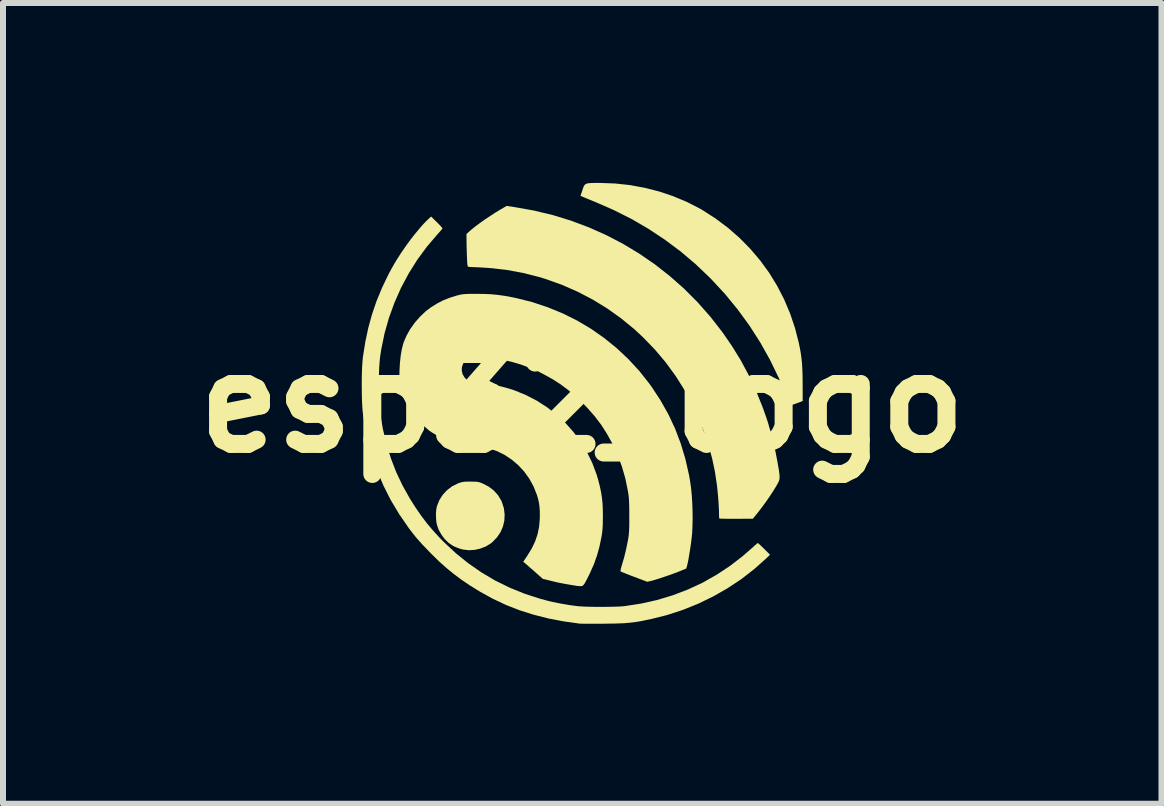
<source format=kicad_pcb>
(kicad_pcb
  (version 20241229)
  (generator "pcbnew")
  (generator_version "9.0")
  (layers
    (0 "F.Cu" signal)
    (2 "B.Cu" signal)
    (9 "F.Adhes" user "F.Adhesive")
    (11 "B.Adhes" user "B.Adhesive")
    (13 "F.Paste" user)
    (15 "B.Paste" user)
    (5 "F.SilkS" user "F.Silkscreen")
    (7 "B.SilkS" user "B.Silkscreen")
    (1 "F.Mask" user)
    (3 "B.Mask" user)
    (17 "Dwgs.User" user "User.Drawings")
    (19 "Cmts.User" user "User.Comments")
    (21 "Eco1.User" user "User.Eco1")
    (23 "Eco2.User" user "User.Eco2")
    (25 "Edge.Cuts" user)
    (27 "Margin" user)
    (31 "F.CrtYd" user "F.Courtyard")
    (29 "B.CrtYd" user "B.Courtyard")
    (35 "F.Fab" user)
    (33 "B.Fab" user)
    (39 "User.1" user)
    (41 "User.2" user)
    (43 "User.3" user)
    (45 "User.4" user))
  (footprint "esp32_logo"
    (layer "F.Cu")
    (at 6.657 3.673)
    (property "Reference" "esp32_logo" (at 0 0 0) (layer "F.SilkS") (effects (font (size 1.5 1.5) (thickness 0.3))))
    (attr board_only exclude_from_pos_files exclude_from_bom)
    (fp_poly (pts (xy -1.806 1.307) (xy -1.767 1.308) (xy -1.737 1.312) (xy -1.71 1.319) (xy -1.68 1.33) (xy -1.657 1.339) (xy -1.558 1.391) (xy -1.474 1.455) (xy -1.405 1.532) (xy -1.352 1.62) (xy -1.34 1.646) (xy -1.307 1.749) (xy -1.294 1.853) (xy -1.299 1.956) (xy -1.322 2.055) (xy -1.363 2.149) (xy -1.422 2.236) (xy -1.496 2.313) (xy -1.525 2.337) (xy -1.605 2.386) (xy -1.696 2.422) (xy -1.792 2.444) (xy -1.89 2.45) (xy -1.985 2.439) (xy -2.036 2.426) (xy -2.08 2.41) (xy -2.126 2.391) (xy -2.158 2.375) (xy -2.228 2.327) (xy -2.293 2.264) (xy -2.349 2.189) (xy -2.394 2.108) (xy -2.422 2.03) (xy -2.433 1.972) (xy -2.438 1.905) (xy -2.439 1.837) (xy -2.434 1.773) (xy -2.424 1.721) (xy -2.424 1.719) (xy -2.384 1.618) (xy -2.327 1.527) (xy -2.256 1.45) (xy -2.172 1.386) (xy -2.075 1.337) (xy -2.05 1.328) (xy -2.018 1.318) (xy -1.987 1.311) (xy -1.951 1.307) (xy -1.906 1.306) (xy -1.86 1.306)) (stroke (width 0) (type solid)) (fill yes) (layer "F.SilkS"))
    (fp_poly (pts (xy 0.303 -3.673) (xy 0.55 -3.664) (xy 0.797 -3.637) (xy 1.041 -3.592) (xy 1.281 -3.531) (xy 1.513 -3.453) (xy 1.737 -3.36) (xy 1.949 -3.252) (xy 1.997 -3.225) (xy 2.218 -3.083) (xy 2.427 -2.927) (xy 2.621 -2.758) (xy 2.801 -2.575) (xy 2.966 -2.381) (xy 3.116 -2.175) (xy 3.249 -1.958) (xy 3.366 -1.731) (xy 3.466 -1.494) (xy 3.548 -1.25) (xy 3.61 -1.008) (xy 3.629 -0.915) (xy 3.644 -0.829) (xy 3.655 -0.747) (xy 3.664 -0.663) (xy 3.669 -0.573) (xy 3.673 -0.473) (xy 3.674 -0.359) (xy 3.674 -0.321) (xy 3.675 -0.037) (xy 3.57 0.002) (xy 3.528 0.017) (xy 3.494 0.029) (xy 3.471 0.037) (xy 3.464 0.04) (xy 3.459 0.032) (xy 3.455 0.022) (xy 3.449 0.007) (xy 3.438 -0.024) (xy 3.422 -0.064) (xy 3.405 -0.11) (xy 3.405 -0.11) (xy 3.277 -0.421) (xy 3.131 -0.722) (xy 2.968 -1.013) (xy 2.788 -1.294) (xy 2.591 -1.564) (xy 2.378 -1.824) (xy 2.148 -2.072) (xy 2.125 -2.095) (xy 1.886 -2.323) (xy 1.636 -2.534) (xy 1.374 -2.729) (xy 1.101 -2.91) (xy 0.816 -3.075) (xy 0.517 -3.225) (xy 0.204 -3.361) (xy 0.165 -3.377) (xy 0.114 -3.398) (xy 0.067 -3.417) (xy 0.029 -3.433) (xy 0.004 -3.444) (xy -0.002 -3.446) (xy -0.029 -3.46) (xy 0.002 -3.55) (xy 0.014 -3.588) (xy 0.025 -3.616) (xy 0.038 -3.638) (xy 0.055 -3.653) (xy 0.078 -3.663) (xy 0.11 -3.669) (xy 0.154 -3.672) (xy 0.212 -3.673) (xy 0.287 -3.673)) (stroke (width 0) (type solid)) (fill yes) (layer "F.SilkS"))
    (fp_poly (pts (xy -1.127 -3.27) (xy -0.807 -3.213) (xy -0.493 -3.138) (xy -0.187 -3.044) (xy 0.111 -2.932) (xy 0.401 -2.803) (xy 0.681 -2.657) (xy 0.951 -2.494) (xy 1.212 -2.315) (xy 1.46 -2.12) (xy 1.698 -1.91) (xy 1.923 -1.684) (xy 2.135 -1.444) (xy 2.333 -1.19) (xy 2.492 -0.96) (xy 2.641 -0.719) (xy 2.774 -0.471) (xy 2.895 -0.213) (xy 3.004 0.058) (xy 3.032 0.135) (xy 3.051 0.189) (xy 3.069 0.24) (xy 3.083 0.283) (xy 3.093 0.314) (xy 3.095 0.32) (xy 3.104 0.35) (xy 3.116 0.393) (xy 3.13 0.439) (xy 3.135 0.455) (xy 3.166 0.567) (xy 3.197 0.694) (xy 3.226 0.83) (xy 3.253 0.97) (xy 3.275 1.095) (xy 3.284 1.157) (xy 3.289 1.203) (xy 3.29 1.238) (xy 3.287 1.266) (xy 3.281 1.291) (xy 3.275 1.305) (xy 3.254 1.346) (xy 3.223 1.4) (xy 3.184 1.463) (xy 3.138 1.533) (xy 3.088 1.607) (xy 3.035 1.681) (xy 2.982 1.752) (xy 2.931 1.818) (xy 2.917 1.836) (xy 2.844 1.925) (xy 2.567 1.926) (xy 2.495 1.926) (xy 2.429 1.926) (xy 2.373 1.925) (xy 2.328 1.924) (xy 2.298 1.923) (xy 2.285 1.922) (xy 2.285 1.922) (xy 2.283 1.91) (xy 2.281 1.884) (xy 2.28 1.848) (xy 2.28 1.841) (xy 2.279 1.782) (xy 2.275 1.708) (xy 2.27 1.625) (xy 2.263 1.539) (xy 2.255 1.454) (xy 2.247 1.377) (xy 2.244 1.355) (xy 2.211 1.136) (xy 2.166 0.923) (xy 2.108 0.71) (xy 2.064 0.57) (xy 1.963 0.299) (xy 1.844 0.038) (xy 1.709 -0.214) (xy 1.557 -0.455) (xy 1.389 -0.685) (xy 1.205 -0.902) (xy 1.006 -1.107) (xy 0.87 -1.233) (xy 0.647 -1.416) (xy 0.414 -1.582) (xy 0.172 -1.73) (xy -0.08 -1.861) (xy -0.342 -1.976) (xy -0.615 -2.073) (xy -0.72 -2.105) (xy -0.989 -2.173) (xy -1.265 -2.224) (xy -1.548 -2.255) (xy -1.72 -2.266) (xy -1.775 -2.268) (xy -1.824 -2.27) (xy -1.863 -2.272) (xy -1.889 -2.274) (xy -1.895 -2.275) (xy -1.903 -2.277) (xy -1.909 -2.284) (xy -1.913 -2.298) (xy -1.916 -2.324) (xy -1.919 -2.364) (xy -1.921 -2.411) (xy -1.924 -2.477) (xy -1.926 -2.553) (xy -1.928 -2.629) (xy -1.929 -2.683) (xy -1.93 -2.821) (xy -1.893 -2.856) (xy -1.841 -2.901) (xy -1.776 -2.953) (xy -1.7 -3.009) (xy -1.618 -3.067) (xy -1.531 -3.125) (xy -1.445 -3.181) (xy -1.362 -3.231) (xy -1.355 -3.235) (xy -1.26 -3.29)) (stroke (width 0) (type solid)) (fill yes) (layer "F.SilkS"))
    (fp_poly (pts (xy -2.424 -3.019) (xy -2.389 -2.984) (xy -2.36 -2.953) (xy -2.34 -2.93) (xy -2.33 -2.917) (xy -2.33 -2.916) (xy -2.336 -2.906) (xy -2.354 -2.884) (xy -2.38 -2.854) (xy -2.412 -2.818) (xy -2.417 -2.813) (xy -2.592 -2.608) (xy -2.751 -2.391) (xy -2.894 -2.163) (xy -3.021 -1.925) (xy -3.13 -1.679) (xy -3.222 -1.426) (xy -3.296 -1.166) (xy -3.35 -0.903) (xy -3.37 -0.774) (xy -3.378 -0.693) (xy -3.385 -0.598) (xy -3.389 -0.492) (xy -3.392 -0.38) (xy -3.392 -0.266) (xy -3.391 -0.153) (xy -3.387 -0.046) (xy -3.381 0.051) (xy -3.374 0.133) (xy -3.37 0.16) (xy -3.325 0.423) (xy -3.266 0.674) (xy -3.192 0.914) (xy -3.103 1.145) (xy -2.997 1.369) (xy -2.874 1.589) (xy -2.783 1.733) (xy -2.685 1.875) (xy -2.586 2.006) (xy -2.479 2.132) (xy -2.362 2.259) (xy -2.31 2.311) (xy -2.11 2.498) (xy -1.899 2.668) (xy -1.679 2.821) (xy -1.449 2.957) (xy -1.208 3.075) (xy -0.957 3.177) (xy -0.695 3.261) (xy -0.572 3.294) (xy -0.492 3.313) (xy -0.399 3.332) (xy -0.3 3.35) (xy -0.202 3.366) (xy -0.112 3.378) (xy -0.085 3.382) (xy -0.033 3.386) (xy 0.035 3.39) (xy 0.115 3.392) (xy 0.202 3.394) (xy 0.294 3.394) (xy 0.387 3.394) (xy 0.476 3.393) (xy 0.559 3.391) (xy 0.63 3.388) (xy 0.687 3.384) (xy 0.705 3.382) (xy 0.979 3.34) (xy 1.247 3.28) (xy 1.507 3.202) (xy 1.757 3.107) (xy 1.999 2.995) (xy 2.026 2.98) (xy 2.248 2.854) (xy 2.464 2.711) (xy 2.67 2.552) (xy 2.833 2.411) (xy 2.867 2.379) (xy 2.897 2.354) (xy 2.918 2.336) (xy 2.928 2.33) (xy 2.937 2.337) (xy 2.958 2.355) (xy 2.987 2.383) (xy 3.022 2.417) (xy 3.033 2.428) (xy 3.13 2.525) (xy 3.073 2.581) (xy 2.869 2.763) (xy 2.653 2.931) (xy 2.424 3.083) (xy 2.184 3.22) (xy 1.935 3.341) (xy 1.677 3.445) (xy 1.413 3.531) (xy 1.142 3.599) (xy 1.14 3.599) (xy 1.052 3.617) (xy 0.974 3.633) (xy 0.903 3.645) (xy 0.835 3.654) (xy 0.767 3.661) (xy 0.695 3.667) (xy 0.616 3.67) (xy 0.526 3.673) (xy 0.422 3.674) (xy 0.355 3.675) (xy 0.271 3.676) (xy 0.191 3.676) (xy 0.119 3.676) (xy 0.058 3.676) (xy 0.009 3.675) (xy -0.025 3.674) (xy -0.04 3.674) (xy -0.311 3.636) (xy -0.567 3.587) (xy -0.811 3.525) (xy -1.045 3.451) (xy -1.27 3.363) (xy -1.489 3.26) (xy -1.703 3.142) (xy -1.879 3.033) (xy -2.016 2.94) (xy -2.142 2.846) (xy -2.262 2.748) (xy -2.381 2.642) (xy -2.503 2.523) (xy -2.523 2.503) (xy -2.6 2.423) (xy -2.667 2.353) (xy -2.724 2.29) (xy -2.777 2.229) (xy -2.826 2.167) (xy -2.877 2.101) (xy -2.897 2.074) (xy -3.053 1.847) (xy -3.192 1.615) (xy -3.313 1.376) (xy -3.417 1.13) (xy -3.504 0.875) (xy -3.576 0.61) (xy -3.631 0.333) (xy -3.657 0.165) (xy -3.664 0.102) (xy -3.669 0.022) (xy -3.673 -0.069) (xy -3.675 -0.17) (xy -3.676 -0.275) (xy -3.676 -0.381) (xy -3.674 -0.484) (xy -3.671 -0.581) (xy -3.666 -0.668) (xy -3.66 -0.74) (xy -3.657 -0.77) (xy -3.617 -1.021) (xy -3.567 -1.258) (xy -3.504 -1.485) (xy -3.429 -1.705) (xy -3.339 -1.922) (xy -3.273 -2.062) (xy -3.224 -2.161) (xy -3.178 -2.247) (xy -3.133 -2.326) (xy -3.085 -2.406) (xy -3.03 -2.491) (xy -3.008 -2.524) (xy -2.941 -2.621) (xy -2.871 -2.717) (xy -2.799 -2.81) (xy -2.728 -2.896) (xy -2.661 -2.974) (xy -2.599 -3.039) (xy -2.552 -3.084) (xy -2.519 -3.113)) (stroke (width 0) (type solid)) (fill yes) (layer "F.SilkS"))
    (fp_poly (pts (xy -1.75 -1.824) (xy -1.624 -1.822) (xy -1.511 -1.817) (xy -1.404 -1.806) (xy -1.296 -1.791) (xy -1.18 -1.77) (xy -1.102 -1.754) (xy -0.835 -1.687) (xy -0.577 -1.601) (xy -0.327 -1.499) (xy -0.086 -1.379) (xy 0.144 -1.243) (xy 0.363 -1.09) (xy 0.571 -0.922) (xy 0.766 -0.739) (xy 0.949 -0.541) (xy 1.117 -0.329) (xy 1.156 -0.275) (xy 1.304 -0.05) (xy 1.434 0.181) (xy 1.547 0.421) (xy 1.641 0.669) (xy 1.719 0.927) (xy 1.78 1.196) (xy 1.799 1.305) (xy 1.814 1.412) (xy 1.826 1.534) (xy 1.834 1.665) (xy 1.839 1.801) (xy 1.84 1.936) (xy 1.837 2.064) (xy 1.831 2.182) (xy 1.829 2.195) (xy 1.824 2.248) (xy 1.816 2.311) (xy 1.806 2.382) (xy 1.795 2.455) (xy 1.783 2.527) (xy 1.772 2.594) (xy 1.761 2.651) (xy 1.751 2.694) (xy 1.747 2.71) (xy 1.734 2.755) (xy 1.63 2.798) (xy 1.575 2.82) (xy 1.51 2.844) (xy 1.439 2.869) (xy 1.366 2.894) (xy 1.295 2.918) (xy 1.231 2.938) (xy 1.178 2.954) (xy 1.145 2.962) (xy 1.084 2.976) (xy 0.866 2.894) (xy 0.803 2.87) (xy 0.747 2.848) (xy 0.7 2.829) (xy 0.664 2.815) (xy 0.643 2.805) (xy 0.639 2.803) (xy 0.638 2.79) (xy 0.643 2.762) (xy 0.653 2.723) (xy 0.66 2.699) (xy 0.696 2.579) (xy 0.729 2.444) (xy 0.759 2.299) (xy 0.763 2.275) (xy 0.77 2.236) (xy 0.775 2.199) (xy 0.778 2.161) (xy 0.781 2.119) (xy 0.783 2.068) (xy 0.784 2.007) (xy 0.784 1.931) (xy 0.784 1.875) (xy 0.784 1.787) (xy 0.783 1.716) (xy 0.781 1.658) (xy 0.779 1.609) (xy 0.776 1.567) (xy 0.771 1.527) (xy 0.765 1.486) (xy 0.761 1.465) (xy 0.718 1.252) (xy 0.66 1.052) (xy 0.589 0.859) (xy 0.51 0.687) (xy 0.417 0.518) (xy 0.318 0.362) (xy 0.207 0.216) (xy 0.082 0.074) (xy 0.011 -0.000261) (xy -0.114 -0.119) (xy -0.236 -0.222) (xy -0.36 -0.315) (xy -0.49 -0.399) (xy -0.633 -0.478) (xy -0.666 -0.496) (xy -0.714 -0.52) (xy -0.755 -0.54) (xy -0.794 -0.557) (xy -0.834 -0.575) (xy -0.882 -0.593) (xy -0.941 -0.615) (xy -0.985 -0.632) (xy -1.067 -0.659) (xy -1.161 -0.686) (xy -1.263 -0.711) (xy -1.368 -0.733) (xy -1.472 -0.752) (xy -1.57 -0.767) (xy -1.658 -0.776) (xy -1.733 -0.78) (xy -1.735 -0.78) (xy -1.803 -0.777) (xy -1.856 -0.768) (xy -1.898 -0.751) (xy -1.935 -0.725) (xy -1.946 -0.714) (xy -1.985 -0.663) (xy -2.006 -0.605) (xy -2.009 -0.545) (xy -1.995 -0.485) (xy -1.963 -0.431) (xy -1.954 -0.42) (xy -1.93 -0.396) (xy -1.905 -0.378) (xy -1.875 -0.364) (xy -1.837 -0.353) (xy -1.788 -0.345) (xy -1.722 -0.337) (xy -1.703 -0.335) (xy -1.58 -0.321) (xy -1.471 -0.304) (xy -1.371 -0.285) (xy -1.275 -0.26) (xy -1.177 -0.231) (xy -1.127 -0.214) (xy -0.937 -0.136) (xy -0.756 -0.042) (xy -0.585 0.068) (xy -0.425 0.193) (xy -0.278 0.331) (xy -0.144 0.482) (xy -0.024 0.645) (xy 0.081 0.818) (xy 0.169 1) (xy 0.24 1.19) (xy 0.264 1.272) (xy 0.292 1.379) (xy 0.312 1.474) (xy 0.327 1.565) (xy 0.337 1.656) (xy 0.342 1.754) (xy 0.344 1.866) (xy 0.344 1.875) (xy 0.343 1.957) (xy 0.342 2.023) (xy 0.339 2.079) (xy 0.335 2.127) (xy 0.329 2.174) (xy 0.322 2.22) (xy 0.288 2.385) (xy 0.246 2.538) (xy 0.194 2.684) (xy 0.128 2.833) (xy 0.112 2.865) (xy 0.081 2.927) (xy 0.057 2.974) (xy 0.038 3.006) (xy 0.022 3.028) (xy 0.008 3.041) (xy -0.006 3.047) (xy -0.022 3.049) (xy -0.033 3.049) (xy -0.067 3.047) (xy -0.096 3.044) (xy -0.1 3.043) (xy -0.191 3.028) (xy -0.266 3.015) (xy -0.331 3.003) (xy -0.388 2.992) (xy -0.442 2.98) (xy -0.498 2.966) (xy -0.511 2.963) (xy -0.658 2.927) (xy -0.731 2.862) (xy -0.773 2.825) (xy -0.819 2.784) (xy -0.861 2.748) (xy -0.87 2.74) (xy -0.903 2.711) (xy -0.933 2.684) (xy -0.955 2.666) (xy -0.959 2.662) (xy -0.984 2.643) (xy -0.917 2.543) (xy -0.842 2.421) (xy -0.785 2.301) (xy -0.744 2.18) (xy -0.719 2.055) (xy -0.708 1.922) (xy -0.707 1.88) (xy -0.708 1.795) (xy -0.713 1.723) (xy -0.722 1.658) (xy -0.736 1.595) (xy -0.756 1.527) (xy -0.757 1.525) (xy -0.812 1.387) (xy -0.883 1.257) (xy -0.968 1.139) (xy -1.068 1.031) (xy -1.178 0.938) (xy -1.299 0.858) (xy -1.429 0.795) (xy -1.566 0.749) (xy -1.621 0.736) (xy -1.657 0.73) (xy -1.708 0.722) (xy -1.767 0.715) (xy -1.83 0.708) (xy -1.859 0.705) (xy -1.924 0.697) (xy -1.991 0.688) (xy -2.052 0.678) (xy -2.103 0.667) (xy -2.119 0.664) (xy -2.192 0.641) (xy -2.274 0.608) (xy -2.358 0.569) (xy -2.44 0.526) (xy -2.513 0.482) (xy -2.555 0.453) (xy -2.674 0.35) (xy -2.779 0.235) (xy -2.87 0.107) (xy -2.944 -0.031) (xy -3.001 -0.176) (xy -3.021 -0.247) (xy -3.032 -0.291) (xy -3.04 -0.326) (xy -3.045 -0.358) (xy -3.048 -0.391) (xy -3.049 -0.429) (xy -3.048 -0.479) (xy -3.047 -0.54) (xy -3.04 -0.666) (xy -3.028 -0.785) (xy -3.01 -0.892) (xy -2.987 -0.985) (xy -2.978 -1.014) (xy -2.931 -1.125) (xy -2.868 -1.237) (xy -2.791 -1.345) (xy -2.703 -1.445) (xy -2.608 -1.535) (xy -2.519 -1.602) (xy -2.415 -1.666) (xy -2.314 -1.718) (xy -2.207 -1.76) (xy -2.088 -1.797) (xy -2.085 -1.797) (xy -2.052 -1.806) (xy -2.023 -1.812) (xy -1.995 -1.817) (xy -1.964 -1.82) (xy -1.927 -1.822) (xy -1.88 -1.824) (xy -1.82 -1.824)) (stroke (width 0) (type solid)) (fill yes) (layer "F.SilkS")))
  (gr_rect
    (start -3 -3)
    (end 16.314 10.349)
    (stroke (width 0.1) (type default))
    (fill no)
    (layer "Edge.Cuts")))
</source>
